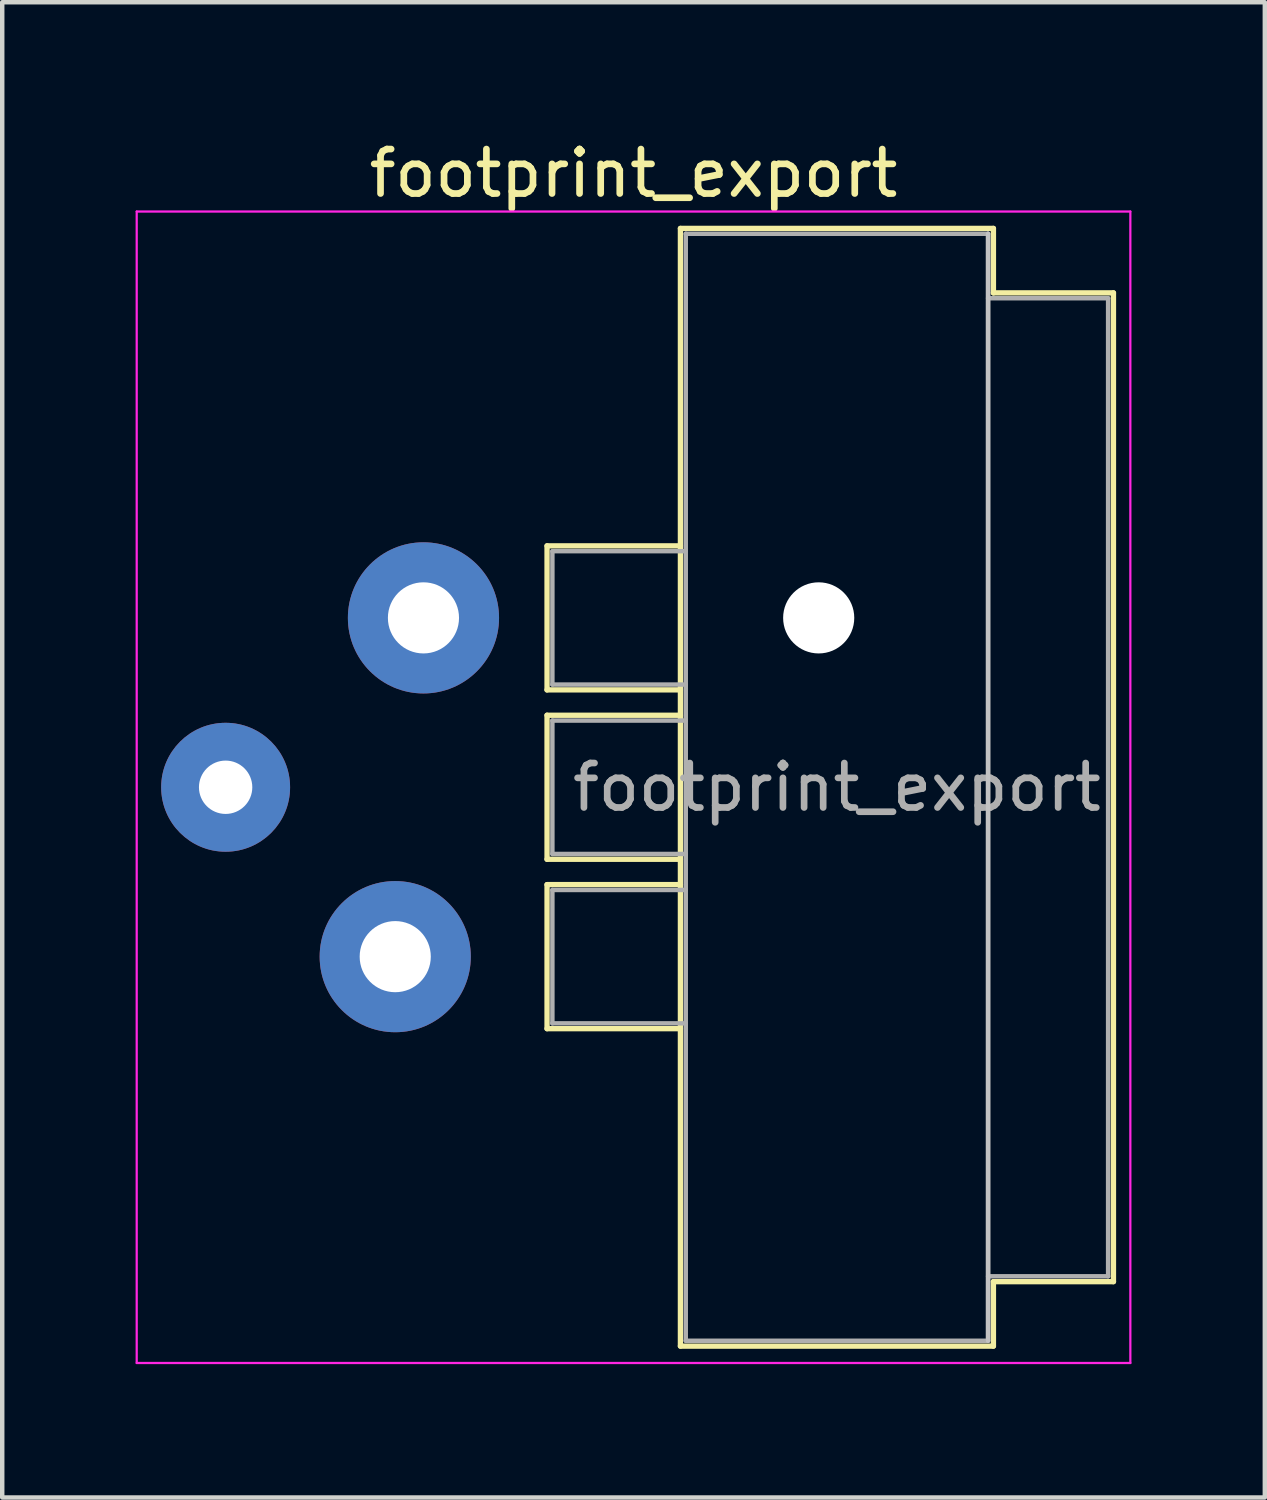
<source format=kicad_pcb>
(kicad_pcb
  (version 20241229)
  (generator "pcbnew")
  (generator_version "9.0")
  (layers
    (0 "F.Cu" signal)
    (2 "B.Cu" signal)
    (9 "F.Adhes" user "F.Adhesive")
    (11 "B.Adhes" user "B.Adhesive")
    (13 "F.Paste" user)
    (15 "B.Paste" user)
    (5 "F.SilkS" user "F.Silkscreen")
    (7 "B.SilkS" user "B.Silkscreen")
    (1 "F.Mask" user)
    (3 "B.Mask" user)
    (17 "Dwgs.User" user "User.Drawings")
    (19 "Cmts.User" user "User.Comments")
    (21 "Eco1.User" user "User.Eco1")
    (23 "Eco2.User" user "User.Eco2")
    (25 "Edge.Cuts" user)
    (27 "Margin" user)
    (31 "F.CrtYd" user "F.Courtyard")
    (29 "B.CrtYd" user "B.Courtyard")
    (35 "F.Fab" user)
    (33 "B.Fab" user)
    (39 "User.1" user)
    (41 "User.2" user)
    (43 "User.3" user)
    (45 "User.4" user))
  (footprint "footprint_export"
    (layer "F.Cu")
    (at 6.475 10.848)
    (property "Reference" "footprint_export" (at 4.725 -10 0) (layer "F.SilkS") (effects (font (size 1 1) (thickness 0.15))))
    (attr through_hole)
    (fp_line (start 2.78 -1.62) (end 2.78 1.62) (stroke (width 0.12) (type solid)) (layer "F.SilkS"))
    (fp_line (start 2.78 2.19) (end 2.78 5.43) (stroke (width 0.12) (type solid)) (layer "F.SilkS"))
    (fp_line (start 2.78 6) (end 2.78 9.24) (stroke (width 0.12) (type solid)) (layer "F.SilkS"))
    (fp_line (start 5.78 -1.62) (end 2.78 -1.62) (stroke (width 0.12) (type solid)) (layer "F.SilkS"))
    (fp_line (start 5.78 1.62) (end 2.78 1.62) (stroke (width 0.12) (type solid)) (layer "F.SilkS"))
    (fp_line (start 5.78 2.19) (end 2.78 2.19) (stroke (width 0.12) (type solid)) (layer "F.SilkS"))
    (fp_line (start 5.78 5.43) (end 2.78 5.43) (stroke (width 0.12) (type solid)) (layer "F.SilkS"))
    (fp_line (start 5.78 6) (end 2.78 6) (stroke (width 0.12) (type solid)) (layer "F.SilkS"))
    (fp_line (start 5.78 9.24) (end 2.78 9.24) (stroke (width 0.12) (type solid)) (layer "F.SilkS"))
    (fp_line (start 5.78 16.38) (end 5.78 -8.76) (stroke (width 0.12) (type solid)) (layer "F.SilkS"))
    (fp_line (start 12.82 -8.76) (end 5.78 -8.76) (stroke (width 0.12) (type solid)) (layer "F.SilkS"))
    (fp_line (start 12.82 -8.76) (end 12.82 -7.31) (stroke (width 0.12) (type solid)) (layer "F.SilkS"))
    (fp_line (start 12.82 -7.31) (end 15.52 -7.31) (stroke (width 0.12) (type solid)) (layer "F.SilkS"))
    (fp_line (start 12.82 14.93) (end 12.82 16.38) (stroke (width 0.12) (type solid)) (layer "F.SilkS"))
    (fp_line (start 12.82 14.93) (end 15.52 14.93) (stroke (width 0.12) (type solid)) (layer "F.SilkS"))
    (fp_line (start 12.82 16.38) (end 5.78 16.38) (stroke (width 0.12) (type solid)) (layer "F.SilkS"))
    (fp_line (start 15.52 -7.31) (end 15.52 14.93) (stroke (width 0.12) (type solid)) (layer "F.SilkS"))
    (fp_line (start 12.7 -8.64) (end 12.7 16.26) (stroke (width 0.1) (type solid)) (layer "Dwgs.User"))
    (fp_line (start -6.45 -9.14) (end -6.45 16.76) (stroke (width 0.05) (type solid)) (layer "F.CrtYd"))
    (fp_line (start 15.9 -9.14) (end -6.45 -9.14) (stroke (width 0.05) (type solid)) (layer "F.CrtYd"))
    (fp_line (start 15.9 -9.14) (end 15.9 16.76) (stroke (width 0.05) (type solid)) (layer "F.CrtYd"))
    (fp_line (start 15.9 16.76) (end -6.45 16.76) (stroke (width 0.05) (type solid)) (layer "F.CrtYd"))
    (fp_line (start 2.9 -1.5) (end 2.9 1.5) (stroke (width 0.1) (type solid)) (layer "F.Fab"))
    (fp_line (start 2.9 2.31) (end 2.9 5.31) (stroke (width 0.1) (type solid)) (layer "F.Fab"))
    (fp_line (start 2.9 6.12) (end 2.9 9.12) (stroke (width 0.1) (type solid)) (layer "F.Fab"))
    (fp_line (start 2.9 9.12) (end 5.9 9.12) (stroke (width 0.1) (type solid)) (layer "F.Fab"))
    (fp_line (start 5.9 -8.64) (end 12.7 -8.64) (stroke (width 0.1) (type solid)) (layer "F.Fab"))
    (fp_line (start 5.9 -1.5) (end 2.9 -1.5) (stroke (width 0.1) (type solid)) (layer "F.Fab"))
    (fp_line (start 5.9 1.5) (end 2.9 1.5) (stroke (width 0.1) (type solid)) (layer "F.Fab"))
    (fp_line (start 5.9 2.31) (end 2.9 2.31) (stroke (width 0.1) (type solid)) (layer "F.Fab"))
    (fp_line (start 5.9 5.31) (end 2.9 5.31) (stroke (width 0.1) (type solid)) (layer "F.Fab"))
    (fp_line (start 5.9 6.12) (end 2.9 6.12) (stroke (width 0.1) (type solid)) (layer "F.Fab"))
    (fp_line (start 5.9 16.26) (end 5.9 -8.64) (stroke (width 0.1) (type solid)) (layer "F.Fab"))
    (fp_line (start 12.7 -8.64) (end 12.7 16.26) (stroke (width 0.1) (type solid)) (layer "F.Fab"))
    (fp_line (start 12.7 -7.19) (end 15.4 -7.19) (stroke (width 0.1) (type solid)) (layer "F.Fab"))
    (fp_line (start 12.7 16.26) (end 5.9 16.26) (stroke (width 0.1) (type solid)) (layer "F.Fab"))
    (fp_line (start 15.4 -7.19) (end 15.4 14.81) (stroke (width 0.1) (type solid)) (layer "F.Fab"))
    (fp_line (start 15.4 14.81) (end 12.7 14.81) (stroke (width 0.1) (type solid)) (layer "F.Fab"))
    (fp_text user "${REFERENCE}" (at 9.3 3.81 0) (layer "F.Fab") (effects (font (size 1 1) (thickness 0.15))))
    (pad "" np_thru_hole circle (at 8.89 0) (size 1.6 1.6) (drill 1.6) (layers "*.Cu" "*.Mask"))
    (pad "1" thru_hole circle (at 0 0) (size 3.4 3.4) (drill 1.6) (layers "*.Cu" "*.Mask"))
    (pad "2" thru_hole circle (at -0.635 7.62) (size 3.4 3.4) (drill 1.6) (layers "*.Cu" "*.Mask"))
    (pad "3" thru_hole circle (at -4.45 3.81) (size 2.9 2.9) (drill 1.2) (layers "*.Cu" "*.Mask")))
  (gr_rect
    (start -3 -3)
    (end 25.4 30.633)
    (stroke (width 0.1) (type default))
    (fill no)
    (layer "Edge.Cuts")))
</source>
